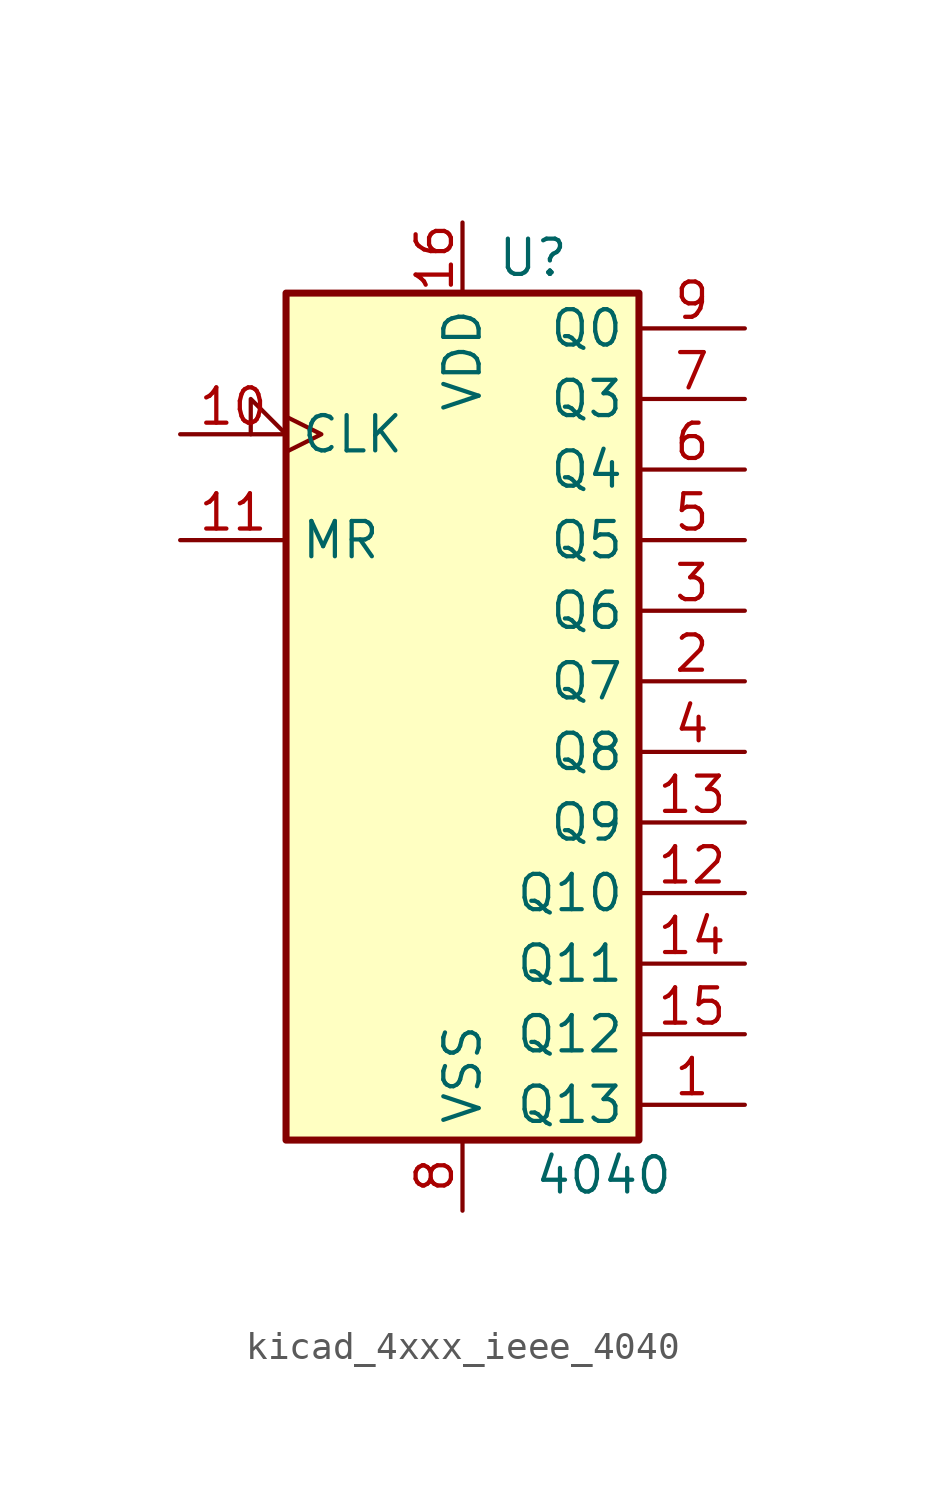
<source format=kicad_sym>
(kicad_symbol_lib
  (version 20220914)
  (generator kicad_symbol_editor)
  (symbol "kicad_4xxx_ieee_4040"
    (property "Reference" "U"
      (at 2.54 16.51 0)
      (effects (font (size 1.27 1.27))))
    (property "Value" "4040"
      (at 5.08 -16.51 0)
      (effects (font (size 1.27 1.27))))
    (symbol "kicad_4xxx_ieee_4040_0_0"
      (rectangle (start -6.35 15.24) (end 6.35 -15.24) (stroke (width 0.254) (type default)) (fill (type background)))
      (pin power_in line (at 0 17.78 270) (length 2.54) (name "VDD" (effects (font (size 1.27 1.27)))) (number "16" (effects (font (size 1.27 1.27)))))
      (pin power_in line (at 0 -17.78 90) (length 2.54) (name "VSS" (effects (font (size 1.27 1.27)))) (number "8" (effects (font (size 1.27 1.27))))))
    (symbol "kicad_4xxx_ieee_4040_1_1"
      (pin output line (at 10.16 -13.97 180) (length 3.81) (name "Q13" (effects (font (size 1.27 1.27)))) (number "1" (effects (font (size 1.27 1.27)))))
      (pin input clock_low (at -10.16 10.16 0) (length 3.81) (name "CLK" (effects (font (size 1.27 1.27)))) (number "10" (effects (font (size 1.27 1.27)))))
      (pin input line (at -10.16 6.35 0) (length 3.81) (name "MR" (effects (font (size 1.27 1.27)))) (number "11" (effects (font (size 1.27 1.27)))))
      (pin output line (at 10.16 -6.35 180) (length 3.81) (name "Q10" (effects (font (size 1.27 1.27)))) (number "12" (effects (font (size 1.27 1.27)))))
      (pin output line (at 10.16 -3.81 180) (length 3.81) (name "Q9" (effects (font (size 1.27 1.27)))) (number "13" (effects (font (size 1.27 1.27)))))
      (pin output line (at 10.16 -8.89 180) (length 3.81) (name "Q11" (effects (font (size 1.27 1.27)))) (number "14" (effects (font (size 1.27 1.27)))))
      (pin output line (at 10.16 -11.43 180) (length 3.81) (name "Q12" (effects (font (size 1.27 1.27)))) (number "15" (effects (font (size 1.27 1.27)))))
      (pin output line (at 10.16 1.27 180) (length 3.81) (name "Q7" (effects (font (size 1.27 1.27)))) (number "2" (effects (font (size 1.27 1.27)))))
      (pin output line (at 10.16 3.81 180) (length 3.81) (name "Q6" (effects (font (size 1.27 1.27)))) (number "3" (effects (font (size 1.27 1.27)))))
      (pin output line (at 10.16 -1.27 180) (length 3.81) (name "Q8" (effects (font (size 1.27 1.27)))) (number "4" (effects (font (size 1.27 1.27)))))
      (pin output line (at 10.16 6.35 180) (length 3.81) (name "Q5" (effects (font (size 1.27 1.27)))) (number "5" (effects (font (size 1.27 1.27)))))
      (pin output line (at 10.16 8.89 180) (length 3.81) (name "Q4" (effects (font (size 1.27 1.27)))) (number "6" (effects (font (size 1.27 1.27)))))
      (pin output line (at 10.16 11.43 180) (length 3.81) (name "Q3" (effects (font (size 1.27 1.27)))) (number "7" (effects (font (size 1.27 1.27)))))
      (pin output line (at 10.16 13.97 180) (length 3.81) (name "Q0" (effects (font (size 1.27 1.27)))) (number "9" (effects (font (size 1.27 1.27))))))))
</source>
